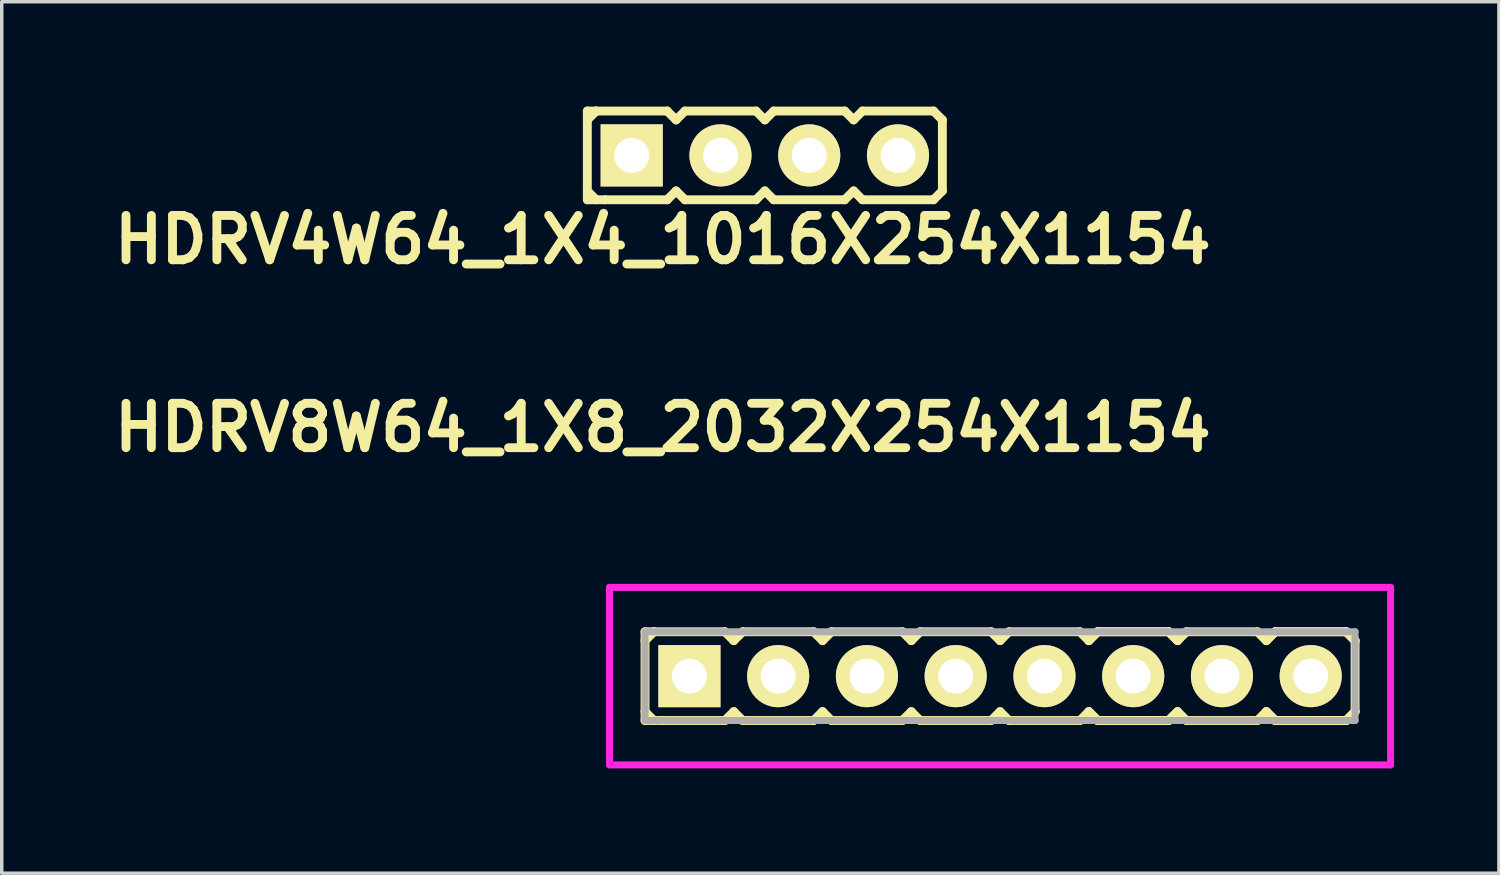
<source format=kicad_pcb>
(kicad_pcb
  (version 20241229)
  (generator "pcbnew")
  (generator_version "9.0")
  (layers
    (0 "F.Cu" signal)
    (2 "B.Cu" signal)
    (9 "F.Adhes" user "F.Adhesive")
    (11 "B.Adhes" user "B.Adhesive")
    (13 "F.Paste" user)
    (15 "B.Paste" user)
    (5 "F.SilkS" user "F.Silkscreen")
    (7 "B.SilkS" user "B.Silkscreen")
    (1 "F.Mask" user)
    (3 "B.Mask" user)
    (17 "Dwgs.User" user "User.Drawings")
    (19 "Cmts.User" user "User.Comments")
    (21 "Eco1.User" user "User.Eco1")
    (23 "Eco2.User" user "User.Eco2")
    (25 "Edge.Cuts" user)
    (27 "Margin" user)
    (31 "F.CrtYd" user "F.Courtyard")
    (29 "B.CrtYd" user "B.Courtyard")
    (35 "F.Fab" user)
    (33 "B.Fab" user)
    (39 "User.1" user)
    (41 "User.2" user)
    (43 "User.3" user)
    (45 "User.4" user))
  (footprint "HDRV8W64_1X8_2032X254X1154"
    (layer "F.Cu")
    (at 25.569 16.299)
    (property "Reference" "HDRV8W64_1X8_2032X254X1154" (at -9.652 -7.112 0) (layer "F.SilkS") (effects (font (size 1.27 1.27) (thickness 0.254))))
    (attr smd)
    (fp_line (start -10.16 -1.27) (end -10.16 1.27) (stroke (width 0.254) (type solid)) (layer "F.SilkS"))
    (fp_line (start -10.16 -1.27) (end -9.906 -1.27) (stroke (width 0.254) (type solid)) (layer "F.SilkS"))
    (fp_line (start -10.16 -1.016) (end -9.906 -1.27) (stroke (width 0.254) (type solid)) (layer "F.SilkS"))
    (fp_line (start -9.906 -1.27) (end -7.874 -1.27) (stroke (width 0.254) (type solid)) (layer "F.SilkS"))
    (fp_line (start -9.906 1.27) (end -10.16 1.016) (stroke (width 0.254) (type solid)) (layer "F.SilkS"))
    (fp_line (start -9.652 1.27) (end -10.16 1.27) (stroke (width 0.254) (type solid)) (layer "F.SilkS"))
    (fp_line (start -7.874 -1.27) (end -7.62 -1.016) (stroke (width 0.254) (type solid)) (layer "F.SilkS"))
    (fp_line (start -7.874 1.27) (end -9.652 1.27) (stroke (width 0.254) (type solid)) (layer "F.SilkS"))
    (fp_line (start -7.62 -1.016) (end -7.366 -1.27) (stroke (width 0.254) (type solid)) (layer "F.SilkS"))
    (fp_line (start -7.62 1.016) (end -7.874 1.27) (stroke (width 0.254) (type solid)) (layer "F.SilkS"))
    (fp_line (start -7.366 -1.27) (end -5.334 -1.27) (stroke (width 0.254) (type solid)) (layer "F.SilkS"))
    (fp_line (start -7.366 1.27) (end -7.62 1.016) (stroke (width 0.254) (type solid)) (layer "F.SilkS"))
    (fp_line (start -5.334 -1.27) (end -5.08 -1.016) (stroke (width 0.254) (type solid)) (layer "F.SilkS"))
    (fp_line (start -5.334 1.27) (end -7.366 1.27) (stroke (width 0.254) (type solid)) (layer "F.SilkS"))
    (fp_line (start -5.334 1.27) (end -5.08 1.016) (stroke (width 0.254) (type solid)) (layer "F.SilkS"))
    (fp_line (start -5.08 -1.016) (end -4.826 -1.27) (stroke (width 0.254) (type solid)) (layer "F.SilkS"))
    (fp_line (start -5.08 1.016) (end -4.826 1.27) (stroke (width 0.254) (type solid)) (layer "F.SilkS"))
    (fp_line (start -4.826 -1.27) (end -2.794 -1.27) (stroke (width 0.254) (type solid)) (layer "F.SilkS"))
    (fp_line (start -2.794 -1.27) (end -2.54 -1.016) (stroke (width 0.254) (type solid)) (layer "F.SilkS"))
    (fp_line (start -2.794 1.27) (end -4.826 1.27) (stroke (width 0.254) (type solid)) (layer "F.SilkS"))
    (fp_line (start -2.54 -1.016) (end -2.286 -1.27) (stroke (width 0.254) (type solid)) (layer "F.SilkS"))
    (fp_line (start -2.54 1.016) (end -2.794 1.27) (stroke (width 0.254) (type solid)) (layer "F.SilkS"))
    (fp_line (start -2.286 -1.27) (end -0.254 -1.27) (stroke (width 0.254) (type solid)) (layer "F.SilkS"))
    (fp_line (start -2.286 1.27) (end -2.54 1.016) (stroke (width 0.254) (type solid)) (layer "F.SilkS"))
    (fp_line (start -0.254 -1.27) (end 0 -1.016) (stroke (width 0.254) (type solid)) (layer "F.SilkS"))
    (fp_line (start -0.254 1.27) (end -2.286 1.27) (stroke (width 0.254) (type solid)) (layer "F.SilkS"))
    (fp_line (start 0 -1.016) (end 0.254 -1.27) (stroke (width 0.254) (type solid)) (layer "F.SilkS"))
    (fp_line (start 0 1.016) (end -0.254 1.27) (stroke (width 0.254) (type solid)) (layer "F.SilkS"))
    (fp_line (start 0.254 -1.27) (end 2.286 -1.27) (stroke (width 0.254) (type solid)) (layer "F.SilkS"))
    (fp_line (start 0.254 1.27) (end 0 1.016) (stroke (width 0.254) (type solid)) (layer "F.SilkS"))
    (fp_line (start 2.286 -1.27) (end 2.54 -1.016) (stroke (width 0.254) (type solid)) (layer "F.SilkS"))
    (fp_line (start 2.286 1.27) (end 0.254 1.27) (stroke (width 0.254) (type solid)) (layer "F.SilkS"))
    (fp_line (start 2.54 -1.016) (end 2.794 -1.27) (stroke (width 0.254) (type solid)) (layer "F.SilkS"))
    (fp_line (start 2.54 -1.016) (end 2.794 -1.27) (stroke (width 0.254) (type solid)) (layer "F.SilkS"))
    (fp_line (start 2.54 1.016) (end 2.286 1.27) (stroke (width 0.254) (type solid)) (layer "F.SilkS"))
    (fp_line (start 2.794 -1.27) (end 4.826 -1.27) (stroke (width 0.254) (type solid)) (layer "F.SilkS"))
    (fp_line (start 2.794 -1.27) (end 4.826 -1.27) (stroke (width 0.254) (type solid)) (layer "F.SilkS"))
    (fp_line (start 2.794 1.27) (end 2.54 1.016) (stroke (width 0.254) (type solid)) (layer "F.SilkS"))
    (fp_line (start 2.794 1.27) (end 2.54 1.016) (stroke (width 0.254) (type solid)) (layer "F.SilkS"))
    (fp_line (start 4.826 -1.27) (end 5.08 -1.016) (stroke (width 0.254) (type solid)) (layer "F.SilkS"))
    (fp_line (start 4.826 -1.27) (end 5.08 -1.016) (stroke (width 0.254) (type solid)) (layer "F.SilkS"))
    (fp_line (start 4.826 1.27) (end 2.794 1.27) (stroke (width 0.254) (type solid)) (layer "F.SilkS"))
    (fp_line (start 4.826 1.27) (end 2.794 1.27) (stroke (width 0.254) (type solid)) (layer "F.SilkS"))
    (fp_line (start 5.08 -1.016) (end 5.334 -1.27) (stroke (width 0.254) (type solid)) (layer "F.SilkS"))
    (fp_line (start 5.08 1.016) (end 4.826 1.27) (stroke (width 0.254) (type solid)) (layer "F.SilkS"))
    (fp_line (start 5.08 1.016) (end 4.826 1.27) (stroke (width 0.254) (type solid)) (layer "F.SilkS"))
    (fp_line (start 5.334 -1.27) (end 7.366 -1.27) (stroke (width 0.254) (type solid)) (layer "F.SilkS"))
    (fp_line (start 5.334 1.27) (end 5.08 1.016) (stroke (width 0.254) (type solid)) (layer "F.SilkS"))
    (fp_line (start 7.366 -1.27) (end 7.62 -1.016) (stroke (width 0.254) (type solid)) (layer "F.SilkS"))
    (fp_line (start 7.366 1.27) (end 5.334 1.27) (stroke (width 0.254) (type solid)) (layer "F.SilkS"))
    (fp_line (start 7.62 -1.016) (end 7.874 -1.27) (stroke (width 0.254) (type solid)) (layer "F.SilkS"))
    (fp_line (start 7.62 -1.016) (end 7.874 -1.27) (stroke (width 0.254) (type solid)) (layer "F.SilkS"))
    (fp_line (start 7.62 1.016) (end 7.366 1.27) (stroke (width 0.254) (type solid)) (layer "F.SilkS"))
    (fp_line (start 7.874 -1.27) (end 9.906 -1.27) (stroke (width 0.254) (type solid)) (layer "F.SilkS"))
    (fp_line (start 7.874 -1.27) (end 9.906 -1.27) (stroke (width 0.254) (type solid)) (layer "F.SilkS"))
    (fp_line (start 7.874 1.27) (end 7.62 1.016) (stroke (width 0.254) (type solid)) (layer "F.SilkS"))
    (fp_line (start 7.874 1.27) (end 7.62 1.016) (stroke (width 0.254) (type solid)) (layer "F.SilkS"))
    (fp_line (start 9.906 -1.27) (end 10.16 -1.016) (stroke (width 0.254) (type solid)) (layer "F.SilkS"))
    (fp_line (start 9.906 -1.27) (end 10.16 -1.016) (stroke (width 0.254) (type solid)) (layer "F.SilkS"))
    (fp_line (start 9.906 1.27) (end 7.874 1.27) (stroke (width 0.254) (type solid)) (layer "F.SilkS"))
    (fp_line (start 9.906 1.27) (end 7.874 1.27) (stroke (width 0.254) (type solid)) (layer "F.SilkS"))
    (fp_line (start 10.16 -1.016) (end 10.16 1.016) (stroke (width 0.254) (type solid)) (layer "F.SilkS"))
    (fp_line (start 10.16 1.016) (end 9.906 1.27) (stroke (width 0.254) (type solid)) (layer "F.SilkS"))
    (fp_line (start 10.16 1.016) (end 9.906 1.27) (stroke (width 0.254) (type solid)) (layer "F.SilkS"))
    (fp_line (start -11.176 -2.54) (end 11.176 -2.54) (stroke (width 0.2) (type solid)) (layer "F.CrtYd"))
    (fp_line (start -11.176 2.54) (end -11.176 -2.54) (stroke (width 0.2) (type solid)) (layer "F.CrtYd"))
    (fp_line (start 11.176 -2.54) (end 11.176 2.54) (stroke (width 0.2) (type solid)) (layer "F.CrtYd"))
    (fp_line (start 11.176 2.54) (end -11.176 2.54) (stroke (width 0.2) (type solid)) (layer "F.CrtYd"))
    (fp_line (start -10.16 -1.27) (end 10.16 -1.27) (stroke (width 0.2) (type solid)) (layer "F.Fab"))
    (fp_line (start -10.16 1.27) (end -10.16 -1.27) (stroke (width 0.2) (type solid)) (layer "F.Fab"))
    (fp_line (start 10.16 -1.27) (end 10.16 1.27) (stroke (width 0.2) (type solid)) (layer "F.Fab"))
    (fp_line (start 10.16 1.27) (end -10.16 1.27) (stroke (width 0.2) (type solid)) (layer "F.Fab"))
    (pad "1" thru_hole rect (at -8.89 0) (size 1.778 1.778) (drill 1) (layers "*.Cu" "*.Mask" "F.SilkS" "B.Adhes"))
    (pad "2" thru_hole circle (at -6.35 0) (size 1.778 1.778) (drill 1) (layers "*.Cu" "*.Mask" "F.SilkS" "B.Adhes"))
    (pad "3" thru_hole circle (at -3.81 0) (size 1.778 1.778) (drill 1) (layers "*.Cu" "*.Mask" "F.SilkS" "B.Adhes"))
    (pad "4" thru_hole circle (at -1.27 0) (size 1.778 1.778) (drill 1) (layers "*.Cu" "*.Mask" "F.SilkS" "B.Adhes"))
    (pad "5" thru_hole circle (at 1.27 0) (size 1.778 1.778) (drill 1) (layers "*.Cu" "*.Mask" "F.SilkS" "B.Adhes"))
    (pad "6" thru_hole circle (at 3.81 0) (size 1.778 1.778) (drill 1) (layers "*.Cu" "*.Mask" "F.SilkS" "B.Adhes"))
    (pad "7" thru_hole circle (at 6.35 0) (size 1.778 1.778) (drill 1) (layers "*.Cu" "*.Mask" "F.SilkS" "B.Adhes"))
    (pad "8" thru_hole circle (at 8.89 0) (size 1.778 1.778) (drill 1) (layers "*.Cu" "*.Mask" "F.SilkS" "B.Adhes")))
  (footprint "HDRV4W64_1X4_1016X254X1154"
    (layer "F.Cu")
    (at 18.838 1.397)
    (property "Reference" "HDRV4W64_1X4_1016X254X1154" (at -2.921 2.413 0) (layer "F.SilkS") (effects (font (size 1.27 1.27) (thickness 0.254))))
    (attr smd)
    (fp_line (start -5.08 -1.27) (end -5.08 1.27) (stroke (width 0.254) (type solid)) (layer "F.SilkS"))
    (fp_line (start -5.08 -1.27) (end -4.826 -1.27) (stroke (width 0.254) (type solid)) (layer "F.SilkS"))
    (fp_line (start -5.08 -1.016) (end -4.826 -1.27) (stroke (width 0.254) (type solid)) (layer "F.SilkS"))
    (fp_line (start -4.826 -1.27) (end -2.794 -1.27) (stroke (width 0.254) (type solid)) (layer "F.SilkS"))
    (fp_line (start -4.826 1.27) (end -5.08 1.016) (stroke (width 0.254) (type solid)) (layer "F.SilkS"))
    (fp_line (start -4.572 1.27) (end -5.08 1.27) (stroke (width 0.254) (type solid)) (layer "F.SilkS"))
    (fp_line (start -2.794 -1.27) (end -2.54 -1.016) (stroke (width 0.254) (type solid)) (layer "F.SilkS"))
    (fp_line (start -2.794 1.27) (end -4.572 1.27) (stroke (width 0.254) (type solid)) (layer "F.SilkS"))
    (fp_line (start -2.54 -1.016) (end -2.286 -1.27) (stroke (width 0.254) (type solid)) (layer "F.SilkS"))
    (fp_line (start -2.54 1.016) (end -2.794 1.27) (stroke (width 0.254) (type solid)) (layer "F.SilkS"))
    (fp_line (start -2.286 -1.27) (end -0.254 -1.27) (stroke (width 0.254) (type solid)) (layer "F.SilkS"))
    (fp_line (start -2.286 1.27) (end -2.54 1.016) (stroke (width 0.254) (type solid)) (layer "F.SilkS"))
    (fp_line (start -0.254 -1.27) (end 0 -1.016) (stroke (width 0.254) (type solid)) (layer "F.SilkS"))
    (fp_line (start -0.254 1.27) (end -2.286 1.27) (stroke (width 0.254) (type solid)) (layer "F.SilkS"))
    (fp_line (start -0.254 1.27) (end 0 1.016) (stroke (width 0.254) (type solid)) (layer "F.SilkS"))
    (fp_line (start 0 -1.016) (end 0.254 -1.27) (stroke (width 0.254) (type solid)) (layer "F.SilkS"))
    (fp_line (start 0 1.016) (end 0.254 1.27) (stroke (width 0.254) (type solid)) (layer "F.SilkS"))
    (fp_line (start 0.254 -1.27) (end 2.286 -1.27) (stroke (width 0.254) (type solid)) (layer "F.SilkS"))
    (fp_line (start 2.286 -1.27) (end 2.54 -1.016) (stroke (width 0.254) (type solid)) (layer "F.SilkS"))
    (fp_line (start 2.286 1.27) (end 0.254 1.27) (stroke (width 0.254) (type solid)) (layer "F.SilkS"))
    (fp_line (start 2.54 -1.016) (end 2.794 -1.27) (stroke (width 0.254) (type solid)) (layer "F.SilkS"))
    (fp_line (start 2.54 1.016) (end 2.286 1.27) (stroke (width 0.254) (type solid)) (layer "F.SilkS"))
    (fp_line (start 2.794 -1.27) (end 4.826 -1.27) (stroke (width 0.254) (type solid)) (layer "F.SilkS"))
    (fp_line (start 2.794 1.27) (end 2.54 1.016) (stroke (width 0.254) (type solid)) (layer "F.SilkS"))
    (fp_line (start 4.826 -1.27) (end 5.08 -1.016) (stroke (width 0.254) (type solid)) (layer "F.SilkS"))
    (fp_line (start 4.826 1.27) (end 2.794 1.27) (stroke (width 0.254) (type solid)) (layer "F.SilkS"))
    (fp_line (start 5.08 -1.016) (end 5.08 1.016) (stroke (width 0.254) (type solid)) (layer "F.SilkS"))
    (fp_line (start 5.08 1.016) (end 4.826 1.27) (stroke (width 0.254) (type solid)) (layer "F.SilkS"))
    (pad "1" thru_hole rect (at -3.81 0) (size 1.778 1.778) (drill 1) (layers "*.Cu" "*.Mask" "F.SilkS" "B.Adhes"))
    (pad "2" thru_hole circle (at -1.27 0) (size 1.778 1.778) (drill 1) (layers "*.Cu" "*.Mask" "F.SilkS" "B.Adhes"))
    (pad "3" thru_hole circle (at 1.27 0) (size 1.778 1.778) (drill 1) (layers "*.Cu" "*.Mask" "F.SilkS" "B.Adhes"))
    (pad "4" thru_hole circle (at 3.81 0) (size 1.778 1.778) (drill 1) (layers "*.Cu" "*.Mask" "F.SilkS" "B.Adhes")))
  (gr_rect
    (start -3 -3)
    (end 39.845 21.939)
    (stroke (width 0.1) (type default))
    (fill no)
    (layer "Edge.Cuts")))
</source>
